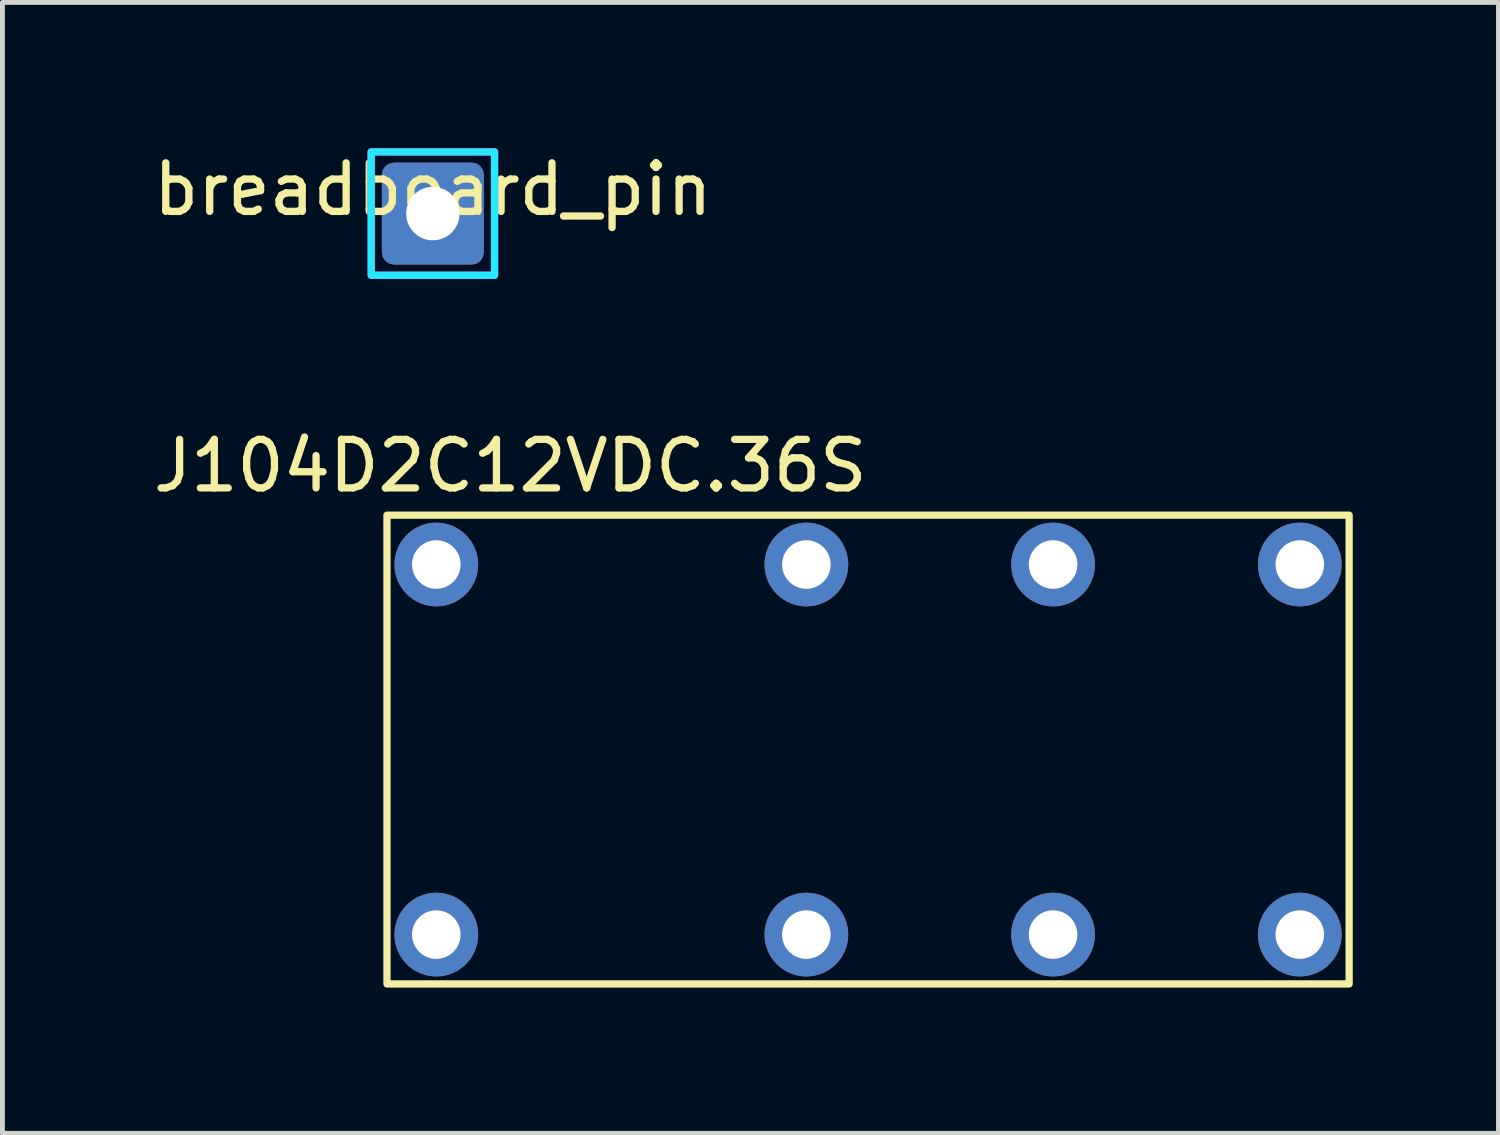
<source format=kicad_pcb>
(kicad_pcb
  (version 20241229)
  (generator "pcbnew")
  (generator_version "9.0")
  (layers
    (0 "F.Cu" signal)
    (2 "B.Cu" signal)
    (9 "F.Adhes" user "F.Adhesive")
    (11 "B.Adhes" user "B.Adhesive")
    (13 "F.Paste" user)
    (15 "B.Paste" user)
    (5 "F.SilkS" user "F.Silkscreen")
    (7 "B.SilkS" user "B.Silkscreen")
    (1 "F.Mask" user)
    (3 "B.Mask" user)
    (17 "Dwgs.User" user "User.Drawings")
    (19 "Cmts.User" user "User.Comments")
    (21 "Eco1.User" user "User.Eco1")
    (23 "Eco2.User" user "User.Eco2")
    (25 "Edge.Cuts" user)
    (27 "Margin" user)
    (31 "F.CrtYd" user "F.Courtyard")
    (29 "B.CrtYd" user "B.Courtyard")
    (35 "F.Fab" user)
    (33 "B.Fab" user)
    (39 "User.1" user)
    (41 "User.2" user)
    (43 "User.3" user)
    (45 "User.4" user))
  (footprint "breadboard_pin"
    (layer "F.Cu")
    (at 5.863 1.348)
    (property "Reference" "breadboard_pin" (at 0 -0.5 0) (unlocked yes) (layer "F.SilkS") (effects (font (size 1 1) (thickness 0.15))))
    (attr through_hole)
    (fp_rect (start -1.27 -1.27) (end 1.27 1.27) (stroke (width 0.15) (type default)) (fill no) (layer "B.CrtYd"))
    (fp_rect (start -1.27 -1.27) (end 1.27 1.27) (stroke (width 0.15) (type default)) (fill no) (layer "F.CrtYd"))
    (pad "1" thru_hole roundrect (at 0 0) (size 2.1 2.1) (drill 1.1) (layers "*.Cu" "*.Mask") (roundrect_rratio 0.119)))
  (footprint "J104D2C12VDC.36S"
    (layer "F.Cu")
    (at 8.474 16.194)
    (property "Reference" "J104D2C12VDC.36S" (at -1.016 -9.652 0) (unlocked yes) (layer "F.SilkS") (effects (font (size 1 1) (thickness 0.15))))
    (attr through_hole)
    (fp_rect (start -3.556 -8.636) (end 16.256 1.016) (stroke (width 0.15) (type default)) (fill no) (layer "F.SilkS"))
    (pad "11" thru_hole circle (at 5.08 -7.62) (size 1.724 1.724) (drill 1) (layers "*.Cu" "*.Mask"))
    (pad "12" thru_hole circle (at 10.16 -7.62) (size 1.724 1.724) (drill 1) (layers "*.Cu" "*.Mask"))
    (pad "14" thru_hole circle (at 15.24 -7.62) (size 1.724 1.724) (drill 1) (layers "*.Cu" "*.Mask"))
    (pad "21" thru_hole circle (at 5.08 0) (size 1.724 1.724) (drill 1) (layers "*.Cu" "*.Mask"))
    (pad "22" thru_hole circle (at 10.16 0) (size 1.724 1.724) (drill 1) (layers "*.Cu" "*.Mask"))
    (pad "24" thru_hole circle (at 15.24 0) (size 1.724 1.724) (drill 1) (layers "*.Cu" "*.Mask"))
    (pad "A1" thru_hole circle (at -2.54 0) (size 1.724 1.724) (drill 1) (layers "*.Cu" "*.Mask"))
    (pad "A2" thru_hole circle (at -2.54 -7.62) (size 1.724 1.724) (drill 1) (layers "*.Cu" "*.Mask")))
  (gr_rect
    (start -3 -3)
    (end 27.805 20.285)
    (stroke (width 0.1) (type default))
    (fill no)
    (layer "Edge.Cuts")))
</source>
